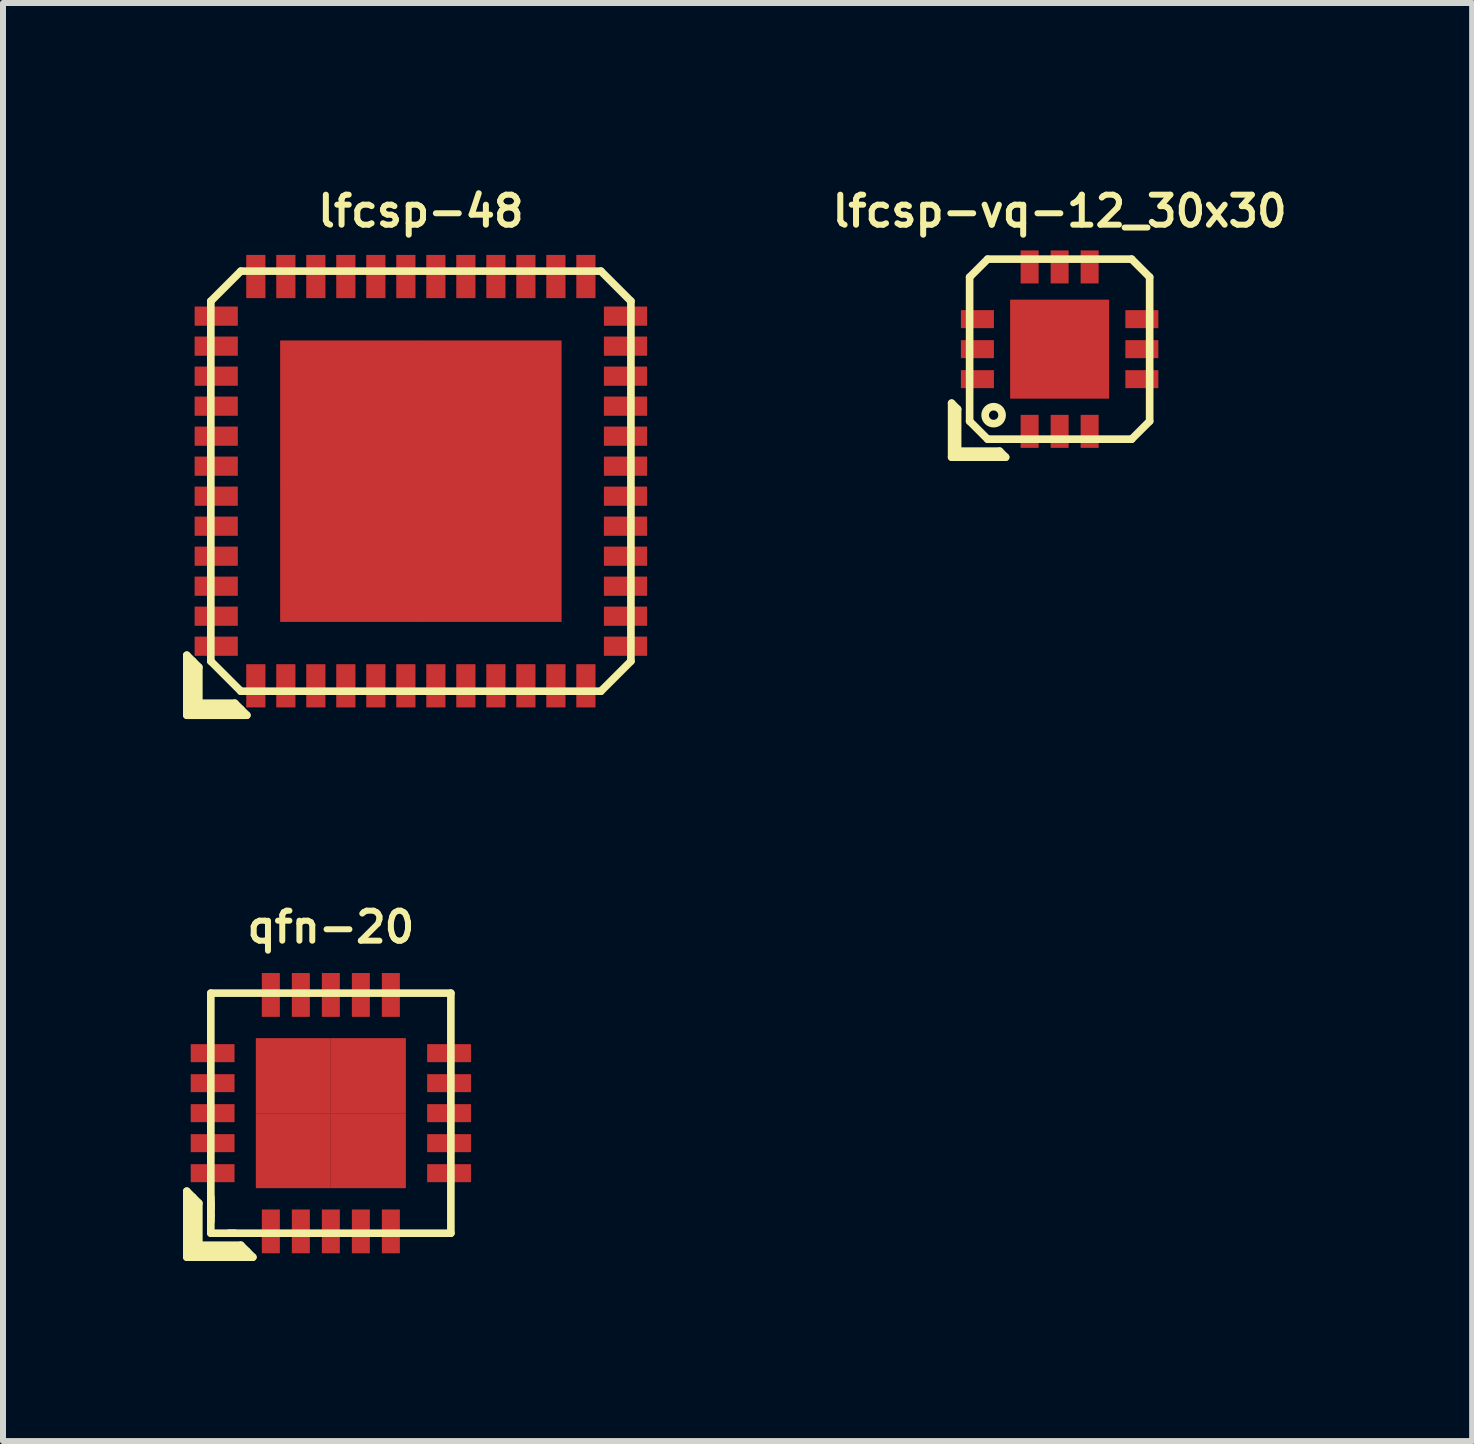
<source format=kicad_pcb>
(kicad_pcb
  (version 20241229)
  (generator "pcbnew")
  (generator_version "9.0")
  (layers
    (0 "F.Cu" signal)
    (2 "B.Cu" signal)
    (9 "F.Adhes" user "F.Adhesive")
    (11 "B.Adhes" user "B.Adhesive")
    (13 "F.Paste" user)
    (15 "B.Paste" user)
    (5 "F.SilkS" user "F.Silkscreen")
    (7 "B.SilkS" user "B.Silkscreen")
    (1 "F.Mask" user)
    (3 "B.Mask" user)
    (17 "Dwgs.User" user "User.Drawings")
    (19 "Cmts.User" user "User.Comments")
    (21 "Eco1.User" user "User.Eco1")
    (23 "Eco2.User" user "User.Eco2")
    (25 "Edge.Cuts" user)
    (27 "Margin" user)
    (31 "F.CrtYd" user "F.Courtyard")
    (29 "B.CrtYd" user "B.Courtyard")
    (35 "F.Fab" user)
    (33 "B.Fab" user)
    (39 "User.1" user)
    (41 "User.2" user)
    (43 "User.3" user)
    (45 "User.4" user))
  (footprint "lfcsp-vq-12_30x30"
    (layer "F.Cu")
    (at 14.607 2.768)
    (property "Reference" "lfcsp-vq-12_30x30" (at 0 -2.3 0) (layer "F.SilkS") (effects (font (size 0.5 0.5) (thickness 0.1))))
    (attr through_hole)
    (fp_line (start -1.8 0.9) (end -1.8 1.8) (stroke (width 0.127) (type solid)) (layer "F.SilkS"))
    (fp_line (start -1.8 1.8) (end -0.9 1.8) (stroke (width 0.127) (type solid)) (layer "F.SilkS"))
    (fp_line (start -1.7 1) (end -1.8 0.9) (stroke (width 0.127) (type solid)) (layer "F.SilkS"))
    (fp_line (start -1.7 1.7) (end -1.7 1) (stroke (width 0.127) (type solid)) (layer "F.SilkS"))
    (fp_line (start -1.5 -1.2) (end -1.2 -1.5) (stroke (width 0.127) (type solid)) (layer "F.SilkS"))
    (fp_line (start -1.5 1.2) (end -1.5 -1.2) (stroke (width 0.127) (type solid)) (layer "F.SilkS"))
    (fp_line (start -1.5 1.2) (end -1.2 1.5) (stroke (width 0.127) (type solid)) (layer "F.SilkS"))
    (fp_line (start -1.2 -1.5) (end 1.2 -1.5) (stroke (width 0.127) (type solid)) (layer "F.SilkS"))
    (fp_line (start -1 1.7) (end -1.7 1.7) (stroke (width 0.127) (type solid)) (layer "F.SilkS"))
    (fp_line (start -0.9 1.8) (end -1 1.7) (stroke (width 0.127) (type solid)) (layer "F.SilkS"))
    (fp_line (start 1.2 -1.5) (end 1.5 -1.2) (stroke (width 0.127) (type solid)) (layer "F.SilkS"))
    (fp_line (start 1.2 1.5) (end -1.2 1.5) (stroke (width 0.127) (type solid)) (layer "F.SilkS"))
    (fp_line (start 1.5 -1.2) (end 1.5 1.2) (stroke (width 0.127) (type solid)) (layer "F.SilkS"))
    (fp_line (start 1.5 1.2) (end 1.2 1.5) (stroke (width 0.127) (type solid)) (layer "F.SilkS"))
    (fp_circle (center -1.1 1.1) (end -1.2 1.2) (stroke (width 0.127) (type solid)) (fill no) (layer "F.SilkS"))
    (pad "1" smd rect (at -0.5 1.37) (size 0.3 0.55) (layers "F.Cu" "F.Mask" "F.Paste"))
    (pad "2" smd rect (at 0 1.37) (size 0.3 0.55) (layers "F.Cu" "F.Mask" "F.Paste"))
    (pad "3" smd rect (at 0.5 1.37) (size 0.3 0.55) (layers "F.Cu" "F.Mask" "F.Paste"))
    (pad "4" smd rect (at 1.37 0.5) (size 0.55 0.3) (layers "F.Cu" "F.Mask" "F.Paste"))
    (pad "5" smd rect (at 1.37 0) (size 0.55 0.3) (layers "F.Cu" "F.Mask" "F.Paste"))
    (pad "6" smd rect (at 1.37 -0.5) (size 0.55 0.3) (layers "F.Cu" "F.Mask" "F.Paste"))
    (pad "7" smd rect (at 0.5 -1.37) (size 0.3 0.55) (layers "F.Cu" "F.Mask" "F.Paste"))
    (pad "8" smd rect (at 0 -1.37) (size 0.3 0.55) (layers "F.Cu" "F.Mask" "F.Paste"))
    (pad "9" smd rect (at -0.5 -1.37) (size 0.3 0.55) (layers "F.Cu" "F.Mask" "F.Paste"))
    (pad "10" smd rect (at -1.37 -0.5) (size 0.55 0.3) (layers "F.Cu" "F.Mask" "F.Paste"))
    (pad "11" smd rect (at -1.37 0) (size 0.55 0.3) (layers "F.Cu" "F.Mask" "F.Paste"))
    (pad "12" smd rect (at -1.37 0.5) (size 0.55 0.3) (layers "F.Cu" "F.Mask" "F.Paste"))
    (pad "13" smd rect (at 0 0) (size 1.65 1.65) (layers "F.Cu" "F.Mask" "F.Paste")))
  (footprint "qfn-20"
    (layer "F.Cu")
    (at 2.463 15.499)
    (property "Reference" "qfn-20" (at 0 -3.1 0) (layer "F.SilkS") (effects (font (size 0.5 0.5) (thickness 0.1))))
    (attr through_hole)
    (fp_line (start -2.4 1.3) (end -2.2 1.5) (stroke (width 0.127) (type solid)) (layer "F.SilkS"))
    (fp_line (start -2.4 2.4) (end -2.4 1.3) (stroke (width 0.127) (type solid)) (layer "F.SilkS"))
    (fp_line (start -2.3 1.4) (end -2.3 2.3) (stroke (width 0.127) (type solid)) (layer "F.SilkS"))
    (fp_line (start -2.3 2.3) (end -1.4 2.3) (stroke (width 0.127) (type solid)) (layer "F.SilkS"))
    (fp_line (start -2.2 1.5) (end -2.2 2.2) (stroke (width 0.127) (type solid)) (layer "F.SilkS"))
    (fp_line (start -2.2 2.2) (end -1.5 2.2) (stroke (width 0.127) (type solid)) (layer "F.SilkS"))
    (fp_line (start -2 -2) (end 2 -2) (stroke (width 0.127) (type solid)) (layer "F.SilkS"))
    (fp_line (start -2 1.4) (end -2 1.6) (stroke (width 0.127) (type solid)) (layer "F.SilkS"))
    (fp_line (start -2 1.5) (end -2 1.7) (stroke (width 0.127) (type solid)) (layer "F.SilkS"))
    (fp_line (start -2 1.7) (end -2 1.8) (stroke (width 0.127) (type solid)) (layer "F.SilkS"))
    (fp_line (start -2 2) (end -2 -2) (stroke (width 0.127) (type solid)) (layer "F.SilkS"))
    (fp_line (start -1.6 2) (end -1.7 2) (stroke (width 0.127) (type solid)) (layer "F.SilkS"))
    (fp_line (start -1.5 2.2) (end -1.3 2.4) (stroke (width 0.127) (type solid)) (layer "F.SilkS"))
    (fp_line (start -1.3 2.4) (end -2.4 2.4) (stroke (width 0.127) (type solid)) (layer "F.SilkS"))
    (fp_line (start 2 -2) (end 2 2) (stroke (width 0.127) (type solid)) (layer "F.SilkS"))
    (fp_line (start 2 2) (end -2 2) (stroke (width 0.127) (type solid)) (layer "F.SilkS"))
    (pad "1" smd rect (at -1 1.97) (size 0.3 0.73) (layers "F.Cu" "F.Mask" "F.Paste"))
    (pad "2" smd rect (at -0.5 1.97) (size 0.3 0.73) (layers "F.Cu" "F.Mask" "F.Paste"))
    (pad "3" smd rect (at 0 1.97) (size 0.3 0.73) (layers "F.Cu" "F.Mask" "F.Paste"))
    (pad "4" smd rect (at 0.5 1.97) (size 0.3 0.73) (layers "F.Cu" "F.Mask" "F.Paste"))
    (pad "5" smd rect (at 1 1.97) (size 0.3 0.73) (layers "F.Cu" "F.Mask" "F.Paste"))
    (pad "6" smd rect (at 1.97 1) (size 0.73 0.3) (layers "F.Cu" "F.Mask" "F.Paste"))
    (pad "7" smd rect (at 1.97 0.5) (size 0.73 0.3) (layers "F.Cu" "F.Mask" "F.Paste"))
    (pad "8" smd rect (at 1.97 0) (size 0.73 0.3) (layers "F.Cu" "F.Mask" "F.Paste"))
    (pad "9" smd rect (at 1.97 -0.5) (size 0.73 0.3) (layers "F.Cu" "F.Mask" "F.Paste"))
    (pad "10" smd rect (at 1.97 -1) (size 0.73 0.3) (layers "F.Cu" "F.Mask" "F.Paste"))
    (pad "11" smd rect (at 1 -1.97) (size 0.3 0.73) (layers "F.Cu" "F.Mask" "F.Paste"))
    (pad "12" smd rect (at 0.5 -1.97) (size 0.3 0.73) (layers "F.Cu" "F.Mask" "F.Paste"))
    (pad "13" smd rect (at 0 -1.97) (size 0.3 0.73) (layers "F.Cu" "F.Mask" "F.Paste"))
    (pad "14" smd rect (at -0.5 -1.97) (size 0.3 0.73) (layers "F.Cu" "F.Mask" "F.Paste"))
    (pad "15" smd rect (at -1 -1.97) (size 0.3 0.73) (layers "F.Cu" "F.Mask" "F.Paste"))
    (pad "16" smd rect (at -1.97 -1) (size 0.73 0.3) (layers "F.Cu" "F.Mask" "F.Paste"))
    (pad "17" smd rect (at -1.97 -0.5) (size 0.73 0.3) (layers "F.Cu" "F.Mask" "F.Paste"))
    (pad "18" smd rect (at -1.97 0) (size 0.73 0.3) (layers "F.Cu" "F.Mask" "F.Paste"))
    (pad "19" smd rect (at -1.97 0.5) (size 0.73 0.3) (layers "F.Cu" "F.Mask" "F.Paste"))
    (pad "20" smd rect (at -1.97 1) (size 0.73 0.3) (layers "F.Cu" "F.Mask" "F.Paste"))
    (pad "21" smd rect (at -0.625 -0.625) (size 1.25 1.25) (layers "F.Cu" "F.Mask" "F.Paste"))
    (pad "21" smd rect (at -0.625 0.625) (size 1.25 1.25) (layers "F.Cu" "F.Mask" "F.Paste"))
    (pad "21" smd rect (at 0.625 -0.625) (size 1.25 1.25) (layers "F.Cu" "F.Mask" "F.Paste"))
    (pad "21" smd rect (at 0.625 0.625) (size 1.25 1.25) (layers "F.Cu" "F.Mask" "F.Paste")))
  (footprint "lfcsp-48"
    (layer "F.Cu")
    (at 3.963 4.968)
    (property "Reference" "lfcsp-48" (at 0 -4.5 0) (layer "F.SilkS") (effects (font (size 0.5 0.5) (thickness 0.1))))
    (attr through_hole)
    (fp_line (start -3.9 2.9) (end -3.7 3.1) (stroke (width 0.127) (type solid)) (layer "F.SilkS"))
    (fp_line (start -3.9 3.9) (end -3.9 2.9) (stroke (width 0.127) (type solid)) (layer "F.SilkS"))
    (fp_line (start -3.8 3) (end -3.8 3.8) (stroke (width 0.127) (type solid)) (layer "F.SilkS"))
    (fp_line (start -3.8 3.8) (end -3 3.8) (stroke (width 0.127) (type solid)) (layer "F.SilkS"))
    (fp_line (start -3.7 3.7) (end -3.7 3.1) (stroke (width 0.127) (type solid)) (layer "F.SilkS"))
    (fp_line (start -3.5 -3) (end -3.5 3) (stroke (width 0.127) (type solid)) (layer "F.SilkS"))
    (fp_line (start -3.5 3) (end -3 3.5) (stroke (width 0.127) (type solid)) (layer "F.SilkS"))
    (fp_line (start -3.1 3.7) (end -3.7 3.7) (stroke (width 0.127) (type solid)) (layer "F.SilkS"))
    (fp_line (start -3.1 3.7) (end -2.9 3.9) (stroke (width 0.127) (type solid)) (layer "F.SilkS"))
    (fp_line (start -3 -3.5) (end -3.5 -3) (stroke (width 0.127) (type solid)) (layer "F.SilkS"))
    (fp_line (start -3 3.5) (end 3 3.5) (stroke (width 0.127) (type solid)) (layer "F.SilkS"))
    (fp_line (start -2.9 3.9) (end -3.9 3.9) (stroke (width 0.127) (type solid)) (layer "F.SilkS"))
    (fp_line (start 3 -3.5) (end -3 -3.5) (stroke (width 0.127) (type solid)) (layer "F.SilkS"))
    (fp_line (start 3 3.5) (end 3.5 3) (stroke (width 0.127) (type solid)) (layer "F.SilkS"))
    (fp_line (start 3.5 -3) (end 3 -3.5) (stroke (width 0.127) (type solid)) (layer "F.SilkS"))
    (fp_line (start 3.5 3) (end 3.5 -3) (stroke (width 0.127) (type solid)) (layer "F.SilkS"))
    (pad "1" smd rect (at -2.75 3.41) (size 0.32 0.72) (layers "F.Cu" "F.Mask" "F.Paste"))
    (pad "2" smd rect (at -2.25 3.41) (size 0.32 0.72) (layers "F.Cu" "F.Mask" "F.Paste"))
    (pad "3" smd rect (at -1.75 3.41) (size 0.32 0.72) (layers "F.Cu" "F.Mask" "F.Paste"))
    (pad "4" smd rect (at -1.25 3.41) (size 0.32 0.72) (layers "F.Cu" "F.Mask" "F.Paste"))
    (pad "5" smd rect (at -0.75 3.41) (size 0.32 0.72) (layers "F.Cu" "F.Mask" "F.Paste"))
    (pad "6" smd rect (at -0.25 3.41) (size 0.32 0.72) (layers "F.Cu" "F.Mask" "F.Paste"))
    (pad "7" smd rect (at 0.25 3.41) (size 0.32 0.72) (layers "F.Cu" "F.Mask" "F.Paste"))
    (pad "8" smd rect (at 0.75 3.41) (size 0.32 0.72) (layers "F.Cu" "F.Mask" "F.Paste"))
    (pad "9" smd rect (at 1.25 3.41) (size 0.32 0.72) (layers "F.Cu" "F.Mask" "F.Paste"))
    (pad "10" smd rect (at 1.75 3.41) (size 0.32 0.72) (layers "F.Cu" "F.Mask" "F.Paste"))
    (pad "11" smd rect (at 2.25 3.41) (size 0.32 0.72) (layers "F.Cu" "F.Mask" "F.Paste"))
    (pad "12" smd rect (at 2.75 3.41) (size 0.32 0.72) (layers "F.Cu" "F.Mask" "F.Paste"))
    (pad "13" smd rect (at 3.41 2.75) (size 0.72 0.32) (layers "F.Cu" "F.Mask" "F.Paste"))
    (pad "14" smd rect (at 3.41 2.25) (size 0.72 0.32) (layers "F.Cu" "F.Mask" "F.Paste"))
    (pad "15" smd rect (at 3.41 1.75) (size 0.72 0.32) (layers "F.Cu" "F.Mask" "F.Paste"))
    (pad "16" smd rect (at 3.41 1.25) (size 0.72 0.32) (layers "F.Cu" "F.Mask" "F.Paste"))
    (pad "17" smd rect (at 3.41 0.75) (size 0.72 0.32) (layers "F.Cu" "F.Mask" "F.Paste"))
    (pad "18" smd rect (at 3.41 0.25) (size 0.72 0.32) (layers "F.Cu" "F.Mask" "F.Paste"))
    (pad "19" smd rect (at 3.41 -0.25) (size 0.72 0.32) (layers "F.Cu" "F.Mask" "F.Paste"))
    (pad "20" smd rect (at 3.41 -0.75) (size 0.72 0.32) (layers "F.Cu" "F.Mask" "F.Paste"))
    (pad "21" smd rect (at 3.41 -1.25) (size 0.72 0.32) (layers "F.Cu" "F.Mask" "F.Paste"))
    (pad "22" smd rect (at 3.41 -1.75) (size 0.72 0.32) (layers "F.Cu" "F.Mask" "F.Paste"))
    (pad "23" smd rect (at 3.41 -2.25) (size 0.72 0.32) (layers "F.Cu" "F.Mask" "F.Paste"))
    (pad "24" smd rect (at 3.41 -2.75) (size 0.72 0.32) (layers "F.Cu" "F.Mask" "F.Paste"))
    (pad "25" smd rect (at 2.75 -3.41) (size 0.32 0.72) (layers "F.Cu" "F.Mask" "F.Paste"))
    (pad "26" smd rect (at 2.25 -3.41) (size 0.32 0.72) (layers "F.Cu" "F.Mask" "F.Paste"))
    (pad "27" smd rect (at 1.75 -3.41) (size 0.32 0.72) (layers "F.Cu" "F.Mask" "F.Paste"))
    (pad "28" smd rect (at 1.25 -3.41) (size 0.32 0.72) (layers "F.Cu" "F.Mask" "F.Paste"))
    (pad "29" smd rect (at 0.75 -3.41) (size 0.32 0.72) (layers "F.Cu" "F.Mask" "F.Paste"))
    (pad "30" smd rect (at 0.25 -3.41) (size 0.32 0.72) (layers "F.Cu" "F.Mask" "F.Paste"))
    (pad "31" smd rect (at -0.25 -3.41) (size 0.32 0.72) (layers "F.Cu" "F.Mask" "F.Paste"))
    (pad "32" smd rect (at -0.75 -3.41) (size 0.32 0.72) (layers "F.Cu" "F.Mask" "F.Paste"))
    (pad "33" smd rect (at -1.25 -3.41) (size 0.32 0.72) (layers "F.Cu" "F.Mask" "F.Paste"))
    (pad "34" smd rect (at -1.75 -3.41) (size 0.32 0.72) (layers "F.Cu" "F.Mask" "F.Paste"))
    (pad "35" smd rect (at -2.25 -3.41) (size 0.32 0.72) (layers "F.Cu" "F.Mask" "F.Paste"))
    (pad "36" smd rect (at -2.75 -3.41) (size 0.32 0.72) (layers "F.Cu" "F.Mask" "F.Paste"))
    (pad "37" smd rect (at -3.41 -2.75) (size 0.72 0.32) (layers "F.Cu" "F.Mask" "F.Paste"))
    (pad "38" smd rect (at -3.41 -2.25) (size 0.72 0.32) (layers "F.Cu" "F.Mask" "F.Paste"))
    (pad "39" smd rect (at -3.41 -1.75) (size 0.72 0.32) (layers "F.Cu" "F.Mask" "F.Paste"))
    (pad "40" smd rect (at -3.41 -1.25) (size 0.72 0.32) (layers "F.Cu" "F.Mask" "F.Paste"))
    (pad "41" smd rect (at -3.41 -0.75) (size 0.72 0.32) (layers "F.Cu" "F.Mask" "F.Paste"))
    (pad "42" smd rect (at -3.41 -0.25) (size 0.72 0.32) (layers "F.Cu" "F.Mask" "F.Paste"))
    (pad "43" smd rect (at -3.41 0.25) (size 0.72 0.32) (layers "F.Cu" "F.Mask" "F.Paste"))
    (pad "44" smd rect (at -3.41 0.75) (size 0.72 0.32) (layers "F.Cu" "F.Mask" "F.Paste"))
    (pad "45" smd rect (at -3.41 1.25) (size 0.72 0.32) (layers "F.Cu" "F.Mask" "F.Paste"))
    (pad "46" smd rect (at -3.41 1.75) (size 0.72 0.32) (layers "F.Cu" "F.Mask" "F.Paste"))
    (pad "47" smd rect (at -3.41 2.25) (size 0.72 0.32) (layers "F.Cu" "F.Mask" "F.Paste"))
    (pad "48" smd rect (at -3.41 2.75) (size 0.72 0.32) (layers "F.Cu" "F.Mask" "F.Paste"))
    (pad "49" smd rect (at -1.17 -1.17) (size 2.35 2.35) (layers "F.Cu" "F.Mask" "F.Paste"))
    (pad "49" smd rect (at -1.17 1.17) (size 2.35 2.35) (layers "F.Cu" "F.Mask" "F.Paste"))
    (pad "49" smd rect (at 1.17 -1.17) (size 2.35 2.35) (layers "F.Cu" "F.Mask" "F.Paste"))
    (pad "49" smd rect (at 1.17 1.17) (size 2.35 2.35) (layers "F.Cu" "F.Mask" "F.Paste")))
  (gr_rect
    (start -3 -3)
    (end 21.481 20.963)
    (stroke (width 0.1) (type default))
    (fill no)
    (layer "Edge.Cuts")))
</source>
